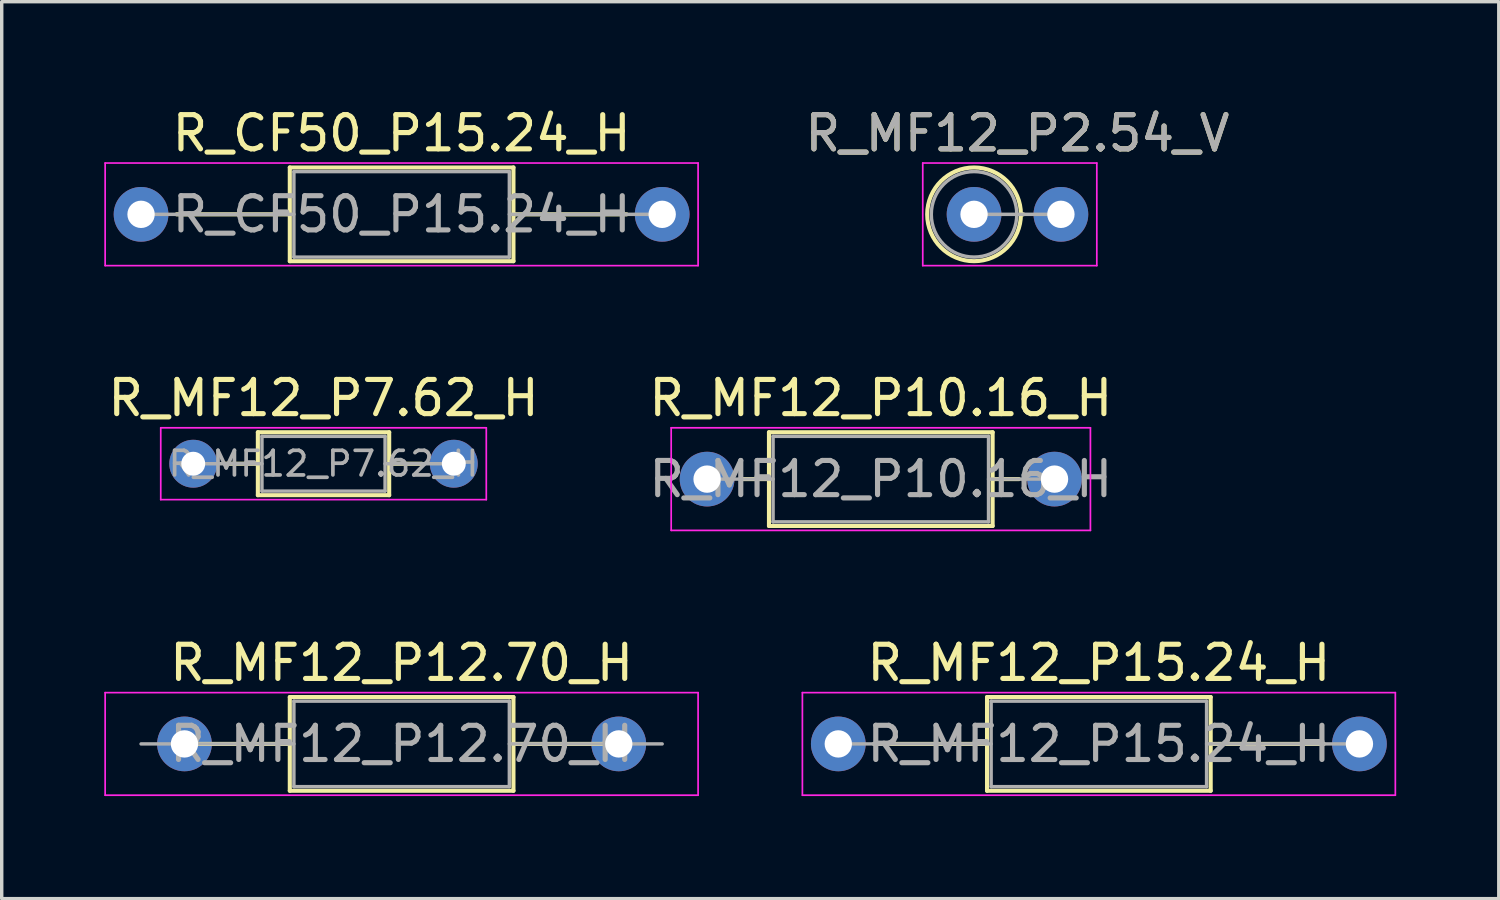
<source format=kicad_pcb>
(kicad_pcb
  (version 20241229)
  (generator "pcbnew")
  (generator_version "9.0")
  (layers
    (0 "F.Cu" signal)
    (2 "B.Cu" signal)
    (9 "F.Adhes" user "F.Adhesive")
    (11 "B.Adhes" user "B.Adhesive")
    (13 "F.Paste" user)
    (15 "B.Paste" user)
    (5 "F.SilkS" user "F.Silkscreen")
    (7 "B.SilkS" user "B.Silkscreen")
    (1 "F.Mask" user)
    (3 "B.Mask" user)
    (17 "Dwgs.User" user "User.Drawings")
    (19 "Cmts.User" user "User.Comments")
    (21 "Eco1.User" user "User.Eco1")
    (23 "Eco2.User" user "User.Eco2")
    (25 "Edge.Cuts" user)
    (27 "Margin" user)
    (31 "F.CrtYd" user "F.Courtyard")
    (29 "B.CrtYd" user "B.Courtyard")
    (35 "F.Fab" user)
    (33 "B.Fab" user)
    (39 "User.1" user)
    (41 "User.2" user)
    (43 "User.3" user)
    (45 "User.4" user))
  (footprint "R_CF50_P15.24_H"
    (layer "F.Cu")
    (at 8.695 3.218)
    (property "Reference" "R_CF50_P15.24_H" (at 0 -2.37 0) (layer "F.SilkS") (effects (font (size 1 1) (thickness 0.15))))
    (attr through_hole)
    (fp_line (start -6.58 0) (end -3.27 0) (stroke (width 0.12) (type solid)) (layer "F.SilkS"))
    (fp_line (start -3.27 -1.37) (end -3.27 1.37) (stroke (width 0.12) (type solid)) (layer "F.SilkS"))
    (fp_line (start -3.27 1.37) (end 3.27 1.37) (stroke (width 0.12) (type solid)) (layer "F.SilkS"))
    (fp_line (start 3.27 -1.37) (end -3.27 -1.37) (stroke (width 0.12) (type solid)) (layer "F.SilkS"))
    (fp_line (start 3.27 1.37) (end 3.27 -1.37) (stroke (width 0.12) (type solid)) (layer "F.SilkS"))
    (fp_line (start 6.58 0) (end 3.27 0) (stroke (width 0.12) (type solid)) (layer "F.SilkS"))
    (fp_line (start -8.67 -1.5) (end -8.67 1.5) (stroke (width 0.05) (type solid)) (layer "F.CrtYd"))
    (fp_line (start -8.67 1.5) (end 8.67 1.5) (stroke (width 0.05) (type solid)) (layer "F.CrtYd"))
    (fp_line (start 8.67 -1.5) (end -8.67 -1.5) (stroke (width 0.05) (type solid)) (layer "F.CrtYd"))
    (fp_line (start 8.67 1.5) (end 8.67 -1.5) (stroke (width 0.05) (type solid)) (layer "F.CrtYd"))
    (fp_line (start -7.62 0) (end -3.15 0) (stroke (width 0.1) (type solid)) (layer "F.Fab"))
    (fp_line (start -3.15 -1.25) (end -3.15 1.25) (stroke (width 0.1) (type solid)) (layer "F.Fab"))
    (fp_line (start -3.15 1.25) (end 3.15 1.25) (stroke (width 0.1) (type solid)) (layer "F.Fab"))
    (fp_line (start 3.15 -1.25) (end -3.15 -1.25) (stroke (width 0.1) (type solid)) (layer "F.Fab"))
    (fp_line (start 3.15 1.25) (end 3.15 -1.25) (stroke (width 0.1) (type solid)) (layer "F.Fab"))
    (fp_line (start 7.62 0) (end 3.15 0) (stroke (width 0.1) (type solid)) (layer "F.Fab"))
    (fp_text user "${REFERENCE}" (at 0 0 0) (layer "F.Fab") (effects (font (size 1 1) (thickness 0.15))))
    (pad "1" thru_hole circle (at -7.62 0) (size 1.6 1.6) (drill 0.8) (layers "*.Cu" "*.Mask"))
    (pad "2" thru_hole oval (at 7.62 0) (size 1.6 1.6) (drill 0.8) (layers "*.Cu" "*.Mask")))
  (footprint "R_MF12_P7.62_H"
    (layer "F.Cu")
    (at 6.411 10.511)
    (property "Reference" "R_MF12_P7.62_H" (at 0 -1.92 0) (layer "F.SilkS") (effects (font (size 1 1) (thickness 0.15))))
    (attr through_hole)
    (fp_line (start -2.87 0) (end -1.92 0) (stroke (width 0.12) (type solid)) (layer "F.SilkS"))
    (fp_line (start -1.92 -0.92) (end -1.92 0.92) (stroke (width 0.12) (type solid)) (layer "F.SilkS"))
    (fp_line (start -1.92 0.92) (end 1.92 0.92) (stroke (width 0.12) (type solid)) (layer "F.SilkS"))
    (fp_line (start 1.92 -0.92) (end -1.92 -0.92) (stroke (width 0.12) (type solid)) (layer "F.SilkS"))
    (fp_line (start 1.92 0.92) (end 1.92 -0.92) (stroke (width 0.12) (type solid)) (layer "F.SilkS"))
    (fp_line (start 2.87 0) (end 1.92 0) (stroke (width 0.12) (type solid)) (layer "F.SilkS"))
    (fp_line (start -4.76 -1.05) (end -4.76 1.05) (stroke (width 0.05) (type solid)) (layer "F.CrtYd"))
    (fp_line (start -4.76 1.05) (end 4.76 1.05) (stroke (width 0.05) (type solid)) (layer "F.CrtYd"))
    (fp_line (start 4.76 -1.05) (end -4.76 -1.05) (stroke (width 0.05) (type solid)) (layer "F.CrtYd"))
    (fp_line (start 4.76 1.05) (end 4.76 -1.05) (stroke (width 0.05) (type solid)) (layer "F.CrtYd"))
    (fp_line (start -3.81 0) (end -1.8 0) (stroke (width 0.1) (type solid)) (layer "F.Fab"))
    (fp_line (start -1.8 -0.8) (end -1.8 0.8) (stroke (width 0.1) (type solid)) (layer "F.Fab"))
    (fp_line (start -1.8 0.8) (end 1.8 0.8) (stroke (width 0.1) (type solid)) (layer "F.Fab"))
    (fp_line (start 1.8 -0.8) (end -1.8 -0.8) (stroke (width 0.1) (type solid)) (layer "F.Fab"))
    (fp_line (start 1.8 0.8) (end 1.8 -0.8) (stroke (width 0.1) (type solid)) (layer "F.Fab"))
    (fp_line (start 3.81 0) (end 1.8 0) (stroke (width 0.1) (type solid)) (layer "F.Fab"))
    (fp_text user "${REFERENCE}" (at 0 0 0) (layer "F.Fab") (effects (font (size 0.72 0.72) (thickness 0.108))))
    (pad "1" thru_hole circle (at -3.81 0) (size 1.4 1.4) (drill 0.7) (layers "*.Cu" "*.Mask"))
    (pad "2" thru_hole oval (at 3.81 0) (size 1.4 1.4) (drill 0.7) (layers "*.Cu" "*.Mask")))
  (footprint "R_MF12_P2.54_V"
    (layer "F.Cu")
    (at 26.705 3.218)
    (property "Reference" "R_MF12_P2.54_V" (at 0 -2.37 0) (layer "F.SilkS") (effects (font (size 1 1) (thickness 0.15))))
    (attr through_hole)
    (fp_line (start 0.1 0) (end 0.17 0) (stroke (width 0.12) (type solid)) (layer "F.SilkS"))
    (fp_circle (center -1.27 0) (end 0.1 0) (stroke (width 0.12) (type solid)) (fill no) (layer "F.SilkS"))
    (fp_line (start -2.77 -1.5) (end -2.77 1.5) (stroke (width 0.05) (type solid)) (layer "F.CrtYd"))
    (fp_line (start -2.77 1.5) (end 2.32 1.5) (stroke (width 0.05) (type solid)) (layer "F.CrtYd"))
    (fp_line (start 2.32 -1.5) (end -2.77 -1.5) (stroke (width 0.05) (type solid)) (layer "F.CrtYd"))
    (fp_line (start 2.32 1.5) (end 2.32 -1.5) (stroke (width 0.05) (type solid)) (layer "F.CrtYd"))
    (fp_line (start -1.27 0) (end 1.27 0) (stroke (width 0.1) (type solid)) (layer "F.Fab"))
    (fp_circle (center -1.27 0) (end -0.02 0) (stroke (width 0.1) (type solid)) (fill no) (layer "F.Fab"))
    (fp_text user "${REFERENCE}" (at 0 -2.37 0) (layer "F.Fab") (effects (font (size 1 1) (thickness 0.15))))
    (pad "1" thru_hole circle (at -1.27 0) (size 1.6 1.6) (drill 0.8) (layers "*.Cu" "*.Mask"))
    (pad "2" thru_hole oval (at 1.27 0) (size 1.6 1.6) (drill 0.8) (layers "*.Cu" "*.Mask")))
  (footprint "R_MF12_P15.24_H"
    (layer "F.Cu")
    (at 29.085 18.705)
    (property "Reference" "R_MF12_P15.24_H" (at 0 -2.37 0) (layer "F.SilkS") (effects (font (size 1 1) (thickness 0.15))))
    (attr through_hole)
    (fp_line (start -6.58 0) (end -3.27 0) (stroke (width 0.12) (type solid)) (layer "F.SilkS"))
    (fp_line (start -3.27 -1.37) (end -3.27 1.37) (stroke (width 0.12) (type solid)) (layer "F.SilkS"))
    (fp_line (start -3.27 1.37) (end 3.27 1.37) (stroke (width 0.12) (type solid)) (layer "F.SilkS"))
    (fp_line (start 3.27 -1.37) (end -3.27 -1.37) (stroke (width 0.12) (type solid)) (layer "F.SilkS"))
    (fp_line (start 3.27 1.37) (end 3.27 -1.37) (stroke (width 0.12) (type solid)) (layer "F.SilkS"))
    (fp_line (start 6.58 0) (end 3.27 0) (stroke (width 0.12) (type solid)) (layer "F.SilkS"))
    (fp_line (start -8.67 -1.5) (end -8.67 1.5) (stroke (width 0.05) (type solid)) (layer "F.CrtYd"))
    (fp_line (start -8.67 1.5) (end 8.67 1.5) (stroke (width 0.05) (type solid)) (layer "F.CrtYd"))
    (fp_line (start 8.67 -1.5) (end -8.67 -1.5) (stroke (width 0.05) (type solid)) (layer "F.CrtYd"))
    (fp_line (start 8.67 1.5) (end 8.67 -1.5) (stroke (width 0.05) (type solid)) (layer "F.CrtYd"))
    (fp_line (start -7.62 0) (end -3.15 0) (stroke (width 0.1) (type solid)) (layer "F.Fab"))
    (fp_line (start -3.15 -1.25) (end -3.15 1.25) (stroke (width 0.1) (type solid)) (layer "F.Fab"))
    (fp_line (start -3.15 1.25) (end 3.15 1.25) (stroke (width 0.1) (type solid)) (layer "F.Fab"))
    (fp_line (start 3.15 -1.25) (end -3.15 -1.25) (stroke (width 0.1) (type solid)) (layer "F.Fab"))
    (fp_line (start 3.15 1.25) (end 3.15 -1.25) (stroke (width 0.1) (type solid)) (layer "F.Fab"))
    (fp_line (start 7.62 0) (end 3.15 0) (stroke (width 0.1) (type solid)) (layer "F.Fab"))
    (fp_text user "${REFERENCE}" (at 0 0 0) (layer "F.Fab") (effects (font (size 1 1) (thickness 0.15))))
    (pad "1" thru_hole circle (at -7.62 0) (size 1.6 1.6) (drill 0.8) (layers "*.Cu" "*.Mask"))
    (pad "2" thru_hole oval (at 7.62 0) (size 1.6 1.6) (drill 0.8) (layers "*.Cu" "*.Mask")))
  (footprint "R_MF12_P12.70_H"
    (layer "F.Cu")
    (at 8.695 18.705)
    (property "Reference" "R_MF12_P12.70_H" (at 0 -2.37 0) (layer "F.SilkS") (effects (font (size 1 1) (thickness 0.15))))
    (attr through_hole)
    (fp_line (start -6.58 0) (end -3.27 0) (stroke (width 0.12) (type solid)) (layer "F.SilkS"))
    (fp_line (start -3.27 -1.37) (end -3.27 1.37) (stroke (width 0.12) (type solid)) (layer "F.SilkS"))
    (fp_line (start -3.27 1.37) (end 3.27 1.37) (stroke (width 0.12) (type solid)) (layer "F.SilkS"))
    (fp_line (start 3.27 -1.37) (end -3.27 -1.37) (stroke (width 0.12) (type solid)) (layer "F.SilkS"))
    (fp_line (start 3.27 1.37) (end 3.27 -1.37) (stroke (width 0.12) (type solid)) (layer "F.SilkS"))
    (fp_line (start 6.58 0) (end 3.27 0) (stroke (width 0.12) (type solid)) (layer "F.SilkS"))
    (fp_line (start -8.67 -1.5) (end -8.67 1.5) (stroke (width 0.05) (type solid)) (layer "F.CrtYd"))
    (fp_line (start -8.67 1.5) (end 8.67 1.5) (stroke (width 0.05) (type solid)) (layer "F.CrtYd"))
    (fp_line (start 8.67 -1.5) (end -8.67 -1.5) (stroke (width 0.05) (type solid)) (layer "F.CrtYd"))
    (fp_line (start 8.67 1.5) (end 8.67 -1.5) (stroke (width 0.05) (type solid)) (layer "F.CrtYd"))
    (fp_line (start -7.62 0) (end -3.15 0) (stroke (width 0.1) (type solid)) (layer "F.Fab"))
    (fp_line (start -3.15 -1.25) (end -3.15 1.25) (stroke (width 0.1) (type solid)) (layer "F.Fab"))
    (fp_line (start -3.15 1.25) (end 3.15 1.25) (stroke (width 0.1) (type solid)) (layer "F.Fab"))
    (fp_line (start 3.15 -1.25) (end -3.15 -1.25) (stroke (width 0.1) (type solid)) (layer "F.Fab"))
    (fp_line (start 3.15 1.25) (end 3.15 -1.25) (stroke (width 0.1) (type solid)) (layer "F.Fab"))
    (fp_line (start 7.62 0) (end 3.15 0) (stroke (width 0.1) (type solid)) (layer "F.Fab"))
    (fp_text user "${REFERENCE}" (at 0 0 0) (layer "F.Fab") (effects (font (size 1 1) (thickness 0.15))))
    (pad "1" thru_hole circle (at -6.35 0) (size 1.6 1.6) (drill 0.8) (layers "*.Cu" "*.Mask"))
    (pad "2" thru_hole oval (at 6.35 0) (size 1.6 1.6) (drill 0.8) (layers "*.Cu" "*.Mask")))
  (footprint "R_MF12_P10.16_H"
    (layer "F.Cu")
    (at 22.708 10.961)
    (property "Reference" "R_MF12_P10.16_H" (at 0 -2.37 0) (layer "F.SilkS") (effects (font (size 1 1) (thickness 0.15))))
    (attr through_hole)
    (fp_line (start -4.04 0) (end -3.27 0) (stroke (width 0.12) (type solid)) (layer "F.SilkS"))
    (fp_line (start -3.27 -1.37) (end -3.27 1.37) (stroke (width 0.12) (type solid)) (layer "F.SilkS"))
    (fp_line (start -3.27 1.37) (end 3.27 1.37) (stroke (width 0.12) (type solid)) (layer "F.SilkS"))
    (fp_line (start 3.27 -1.37) (end -3.27 -1.37) (stroke (width 0.12) (type solid)) (layer "F.SilkS"))
    (fp_line (start 3.27 1.37) (end 3.27 -1.37) (stroke (width 0.12) (type solid)) (layer "F.SilkS"))
    (fp_line (start 4.04 0) (end 3.27 0) (stroke (width 0.12) (type solid)) (layer "F.SilkS"))
    (fp_line (start -6.13 -1.5) (end -6.13 1.5) (stroke (width 0.05) (type solid)) (layer "F.CrtYd"))
    (fp_line (start -6.13 1.5) (end 6.13 1.5) (stroke (width 0.05) (type solid)) (layer "F.CrtYd"))
    (fp_line (start 6.13 -1.5) (end -6.13 -1.5) (stroke (width 0.05) (type solid)) (layer "F.CrtYd"))
    (fp_line (start 6.13 1.5) (end 6.13 -1.5) (stroke (width 0.05) (type solid)) (layer "F.CrtYd"))
    (fp_line (start -5.08 0) (end -3.15 0) (stroke (width 0.1) (type solid)) (layer "F.Fab"))
    (fp_line (start -3.15 -1.25) (end -3.15 1.25) (stroke (width 0.1) (type solid)) (layer "F.Fab"))
    (fp_line (start -3.15 1.25) (end 3.15 1.25) (stroke (width 0.1) (type solid)) (layer "F.Fab"))
    (fp_line (start 3.15 -1.25) (end -3.15 -1.25) (stroke (width 0.1) (type solid)) (layer "F.Fab"))
    (fp_line (start 3.15 1.25) (end 3.15 -1.25) (stroke (width 0.1) (type solid)) (layer "F.Fab"))
    (fp_line (start 5.08 0) (end 3.15 0) (stroke (width 0.1) (type solid)) (layer "F.Fab"))
    (fp_text user "${REFERENCE}" (at 0 0 0) (layer "F.Fab") (effects (font (size 1 1) (thickness 0.15))))
    (pad "1" thru_hole circle (at -5.08 0) (size 1.6 1.6) (drill 0.8) (layers "*.Cu" "*.Mask"))
    (pad "2" thru_hole oval (at 5.08 0) (size 1.6 1.6) (drill 0.8) (layers "*.Cu" "*.Mask")))
  (gr_rect
    (start -3 -3)
    (end 40.78 23.23)
    (stroke (width 0.1) (type default))
    (fill no)
    (layer "Edge.Cuts")))
</source>
